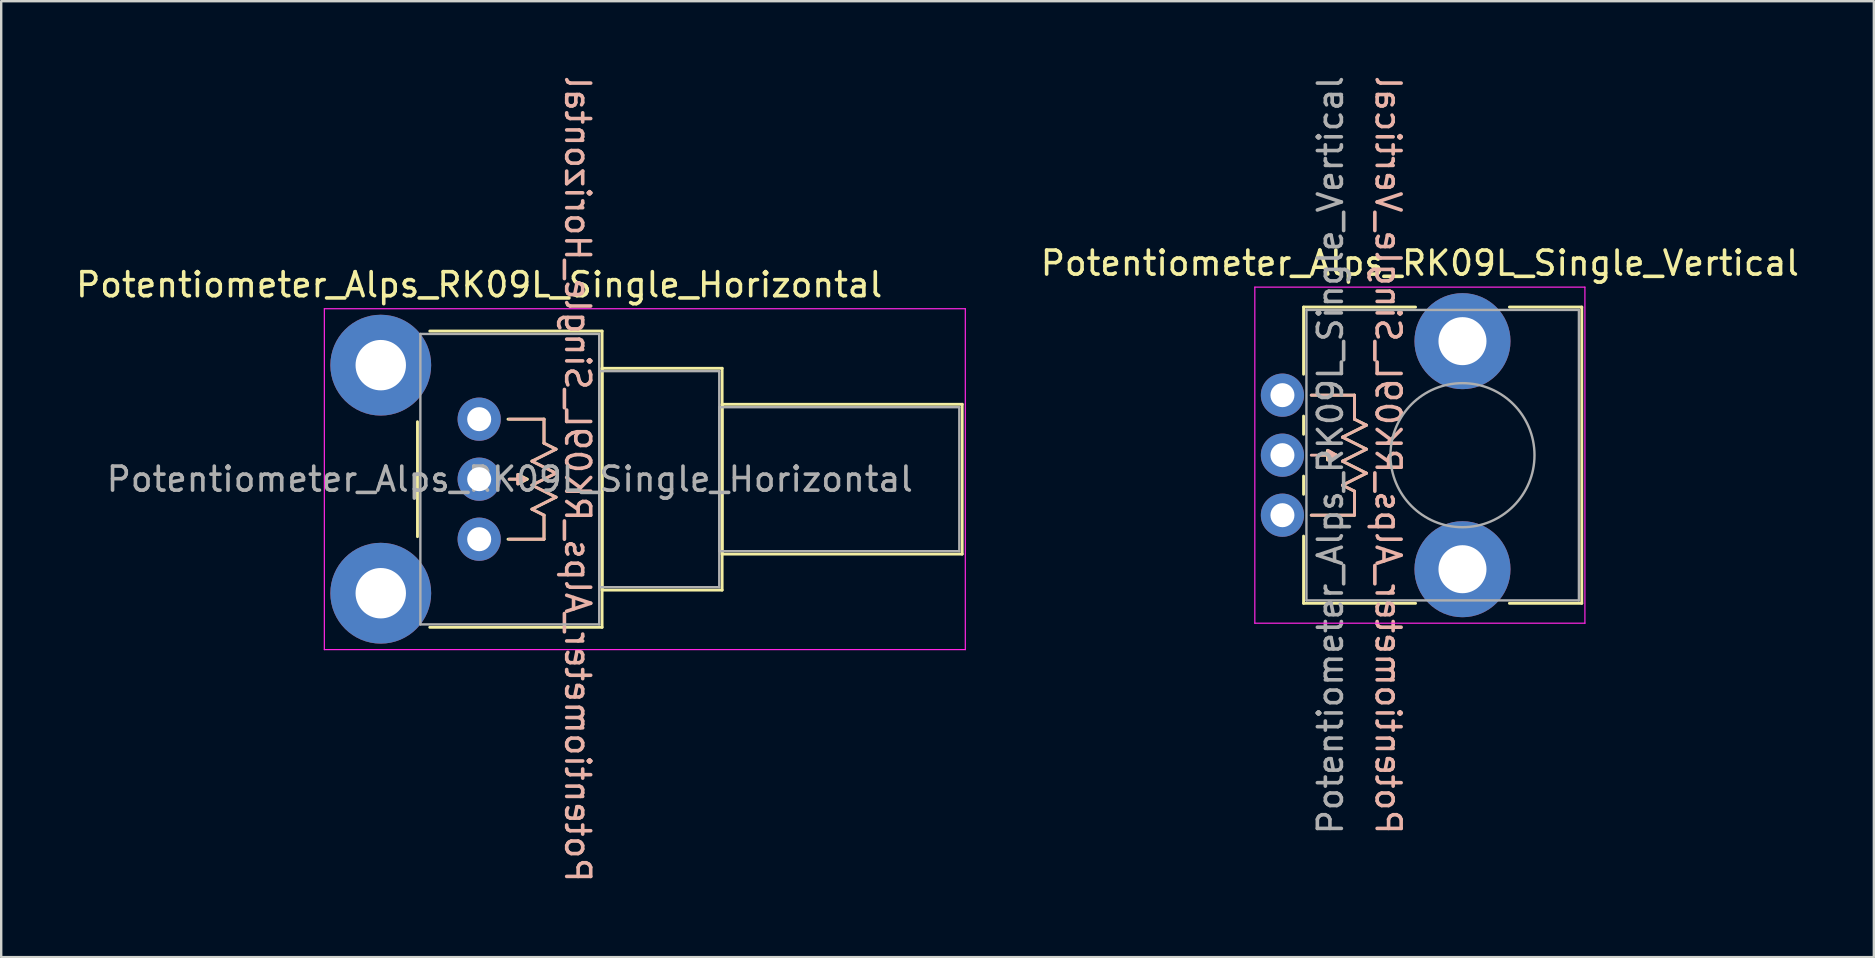
<source format=kicad_pcb>
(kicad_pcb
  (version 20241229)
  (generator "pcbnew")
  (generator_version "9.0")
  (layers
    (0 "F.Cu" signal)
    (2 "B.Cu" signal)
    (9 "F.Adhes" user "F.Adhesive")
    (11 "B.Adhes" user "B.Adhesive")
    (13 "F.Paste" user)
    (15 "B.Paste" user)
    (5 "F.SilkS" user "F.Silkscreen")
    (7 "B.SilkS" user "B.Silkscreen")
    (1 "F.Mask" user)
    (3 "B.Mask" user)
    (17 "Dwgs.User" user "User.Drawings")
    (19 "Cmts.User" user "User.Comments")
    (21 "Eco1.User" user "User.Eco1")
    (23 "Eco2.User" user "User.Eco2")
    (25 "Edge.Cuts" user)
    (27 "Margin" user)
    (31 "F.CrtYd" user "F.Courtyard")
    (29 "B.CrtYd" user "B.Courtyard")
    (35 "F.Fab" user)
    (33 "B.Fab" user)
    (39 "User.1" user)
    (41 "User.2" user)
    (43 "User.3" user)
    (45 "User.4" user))
  (footprint "Potentiometer_Alps_RK09L_Single_Horizontal"
    (layer "F.Cu")
    (at 16.911 19.411)
    (property "Reference" "Potentiometer_Alps_RK09L_Single_Horizontal" (at 0 -10.6 0) (layer "F.SilkS") (effects (font (size 1 1) (thickness 0.15))))
    (attr through_hole)
    (fp_line (start -2.571 -4.894) (end -2.571 -0.105) (stroke (width 0.12) (type solid)) (layer "F.SilkS"))
    (fp_line (start -2.059 -8.67) (end 5.12 -8.67) (stroke (width 0.12) (type solid)) (layer "F.SilkS"))
    (fp_line (start -2.059 3.67) (end 5.12 3.67) (stroke (width 0.12) (type solid)) (layer "F.SilkS"))
    (fp_line (start 2 -2.5) (end 1.25 -2.5) (stroke (width 0.12) (type solid)) (layer "F.SilkS"))
    (fp_line (start 2.2 -3.25) (end 3.2 -3.75) (stroke (width 0.12) (type solid)) (layer "F.SilkS"))
    (fp_line (start 2.2 -2.25) (end 3.2 -2.75) (stroke (width 0.12) (type solid)) (layer "F.SilkS"))
    (fp_line (start 2.2 -1.25) (end 3.2 -1.75) (stroke (width 0.12) (type solid)) (layer "F.SilkS"))
    (fp_line (start 2.7 -5) (end 1.2 -5) (stroke (width 0.12) (type solid)) (layer "F.SilkS"))
    (fp_line (start 2.7 -4) (end 2.7 -5) (stroke (width 0.12) (type solid)) (layer "F.SilkS"))
    (fp_line (start 2.7 -1) (end 2.2 -1.25) (stroke (width 0.12) (type solid)) (layer "F.SilkS"))
    (fp_line (start 2.7 -1) (end 2.7 0) (stroke (width 0.12) (type solid)) (layer "F.SilkS"))
    (fp_line (start 2.7 0) (end 1.2 0) (stroke (width 0.12) (type solid)) (layer "F.SilkS"))
    (fp_line (start 3.2 -3.75) (end 2.7 -4) (stroke (width 0.12) (type solid)) (layer "F.SilkS"))
    (fp_line (start 3.2 -2.75) (end 2.2 -3.25) (stroke (width 0.12) (type solid)) (layer "F.SilkS"))
    (fp_line (start 3.2 -1.75) (end 2.2 -2.25) (stroke (width 0.12) (type solid)) (layer "F.SilkS"))
    (fp_line (start 5.12 -8.67) (end 5.12 3.67) (stroke (width 0.12) (type solid)) (layer "F.SilkS"))
    (fp_line (start 5.12 -7.12) (end 5.12 2.12) (stroke (width 0.12) (type solid)) (layer "F.SilkS"))
    (fp_line (start 5.12 -7.12) (end 10.12 -7.12) (stroke (width 0.12) (type solid)) (layer "F.SilkS"))
    (fp_line (start 5.12 2.12) (end 10.12 2.12) (stroke (width 0.12) (type solid)) (layer "F.SilkS"))
    (fp_line (start 10.12 -7.12) (end 10.12 2.12) (stroke (width 0.12) (type solid)) (layer "F.SilkS"))
    (fp_line (start 10.12 -5.62) (end 10.12 0.62) (stroke (width 0.12) (type solid)) (layer "F.SilkS"))
    (fp_line (start 10.12 -5.62) (end 20.12 -5.62) (stroke (width 0.12) (type solid)) (layer "F.SilkS"))
    (fp_line (start 10.12 0.62) (end 20.12 0.62) (stroke (width 0.12) (type solid)) (layer "F.SilkS"))
    (fp_line (start 20.12 -5.62) (end 20.12 0.62) (stroke (width 0.12) (type solid)) (layer "F.SilkS"))
    (fp_poly (pts (xy 2 -2.5) (xy 1.625 -2.3) (xy 1.625 -2.7)) (stroke (width 0.12) (type solid)) (fill yes) (layer "F.SilkS"))
    (fp_line (start 1.25 -5) (end 2.7 -5) (stroke (width 0.12) (type solid)) (layer "B.SilkS"))
    (fp_line (start 1.25 -2.5) (end 1.95 -2.5) (stroke (width 0.12) (type solid)) (layer "B.SilkS"))
    (fp_line (start 2.2 -3.25) (end 3.2 -2.75) (stroke (width 0.12) (type solid)) (layer "B.SilkS"))
    (fp_line (start 2.2 -2.25) (end 3.2 -1.75) (stroke (width 0.12) (type solid)) (layer "B.SilkS"))
    (fp_line (start 2.2 -1.25) (end 2.7 -1) (stroke (width 0.12) (type solid)) (layer "B.SilkS"))
    (fp_line (start 2.7 -5) (end 2.7 -4) (stroke (width 0.12) (type solid)) (layer "B.SilkS"))
    (fp_line (start 2.7 -4) (end 3.2 -3.75) (stroke (width 0.12) (type solid)) (layer "B.SilkS"))
    (fp_line (start 2.7 -1) (end 2.7 0) (stroke (width 0.12) (type solid)) (layer "B.SilkS"))
    (fp_line (start 2.7 0) (end 1.25 0) (stroke (width 0.12) (type solid)) (layer "B.SilkS"))
    (fp_line (start 3.2 -3.75) (end 2.2 -3.25) (stroke (width 0.12) (type solid)) (layer "B.SilkS"))
    (fp_line (start 3.2 -2.75) (end 2.2 -2.25) (stroke (width 0.12) (type solid)) (layer "B.SilkS"))
    (fp_line (start 3.2 -1.75) (end 2.2 -1.25) (stroke (width 0.12) (type solid)) (layer "B.SilkS"))
    (fp_poly (pts (xy 1.95 -2.5) (xy 1.6 -2.3) (xy 1.6 -2.7)) (stroke (width 0.12) (type solid)) (fill yes) (layer "B.SilkS"))
    (fp_line (start -6.45 -9.6) (end -6.45 4.6) (stroke (width 0.05) (type solid)) (layer "F.CrtYd"))
    (fp_line (start -6.45 4.6) (end 20.25 4.6) (stroke (width 0.05) (type solid)) (layer "F.CrtYd"))
    (fp_line (start 20.25 -9.6) (end -6.45 -9.6) (stroke (width 0.05) (type solid)) (layer "F.CrtYd"))
    (fp_line (start 20.25 4.6) (end 20.25 -9.6) (stroke (width 0.05) (type solid)) (layer "F.CrtYd"))
    (fp_line (start -2.45 -8.55) (end -2.45 3.55) (stroke (width 0.1) (type solid)) (layer "F.Fab"))
    (fp_line (start -2.45 3.55) (end 5 3.55) (stroke (width 0.1) (type solid)) (layer "F.Fab"))
    (fp_line (start 5 -8.55) (end -2.45 -8.55) (stroke (width 0.1) (type solid)) (layer "F.Fab"))
    (fp_line (start 5 -7) (end 5 2) (stroke (width 0.1) (type solid)) (layer "F.Fab"))
    (fp_line (start 5 2) (end 10 2) (stroke (width 0.1) (type solid)) (layer "F.Fab"))
    (fp_line (start 5 3.55) (end 5 -8.55) (stroke (width 0.1) (type solid)) (layer "F.Fab"))
    (fp_line (start 10 -7) (end 5 -7) (stroke (width 0.1) (type solid)) (layer "F.Fab"))
    (fp_line (start 10 -5.5) (end 10 0.5) (stroke (width 0.1) (type solid)) (layer "F.Fab"))
    (fp_line (start 10 0.5) (end 20 0.5) (stroke (width 0.1) (type solid)) (layer "F.Fab"))
    (fp_line (start 10 2) (end 10 -7) (stroke (width 0.1) (type solid)) (layer "F.Fab"))
    (fp_line (start 20 -5.5) (end 10 -5.5) (stroke (width 0.1) (type solid)) (layer "F.Fab"))
    (fp_line (start 20 0.5) (end 20 -5.5) (stroke (width 0.1) (type solid)) (layer "F.Fab"))
    (fp_text user "${REFERENCE}" (at 4.1 -2.5 270) (unlocked yes) (layer "B.SilkS") (effects (font (size 1 1) (thickness 0.15)) (justify mirror)))
    (fp_text user "${REFERENCE}" (at 1.275 -2.5 0) (layer "F.Fab") (effects (font (size 1 1) (thickness 0.15))))
    (pad "" thru_hole circle (at -4.1 -7.25) (size 4.2 4.2) (drill 2.1) (layers "*.Cu" "*.Mask"))
    (pad "" thru_hole circle (at -4.1 2.25) (size 4.2 4.2) (drill 2.1) (layers "*.Cu" "*.Mask"))
    (pad "1" thru_hole circle (at 0 0) (size 1.8 1.8) (drill 1) (layers "*.Cu" "*.Mask"))
    (pad "2" thru_hole circle (at 0 -2.5) (size 1.8 1.8) (drill 1) (layers "*.Cu" "*.Mask"))
    (pad "3" thru_hole circle (at 0 -5) (size 1.8 1.8) (drill 1) (layers "*.Cu" "*.Mask")))
  (footprint "Potentiometer_Alps_RK09L_Single_Vertical"
    (layer "F.Cu")
    (at 50.371 18.411)
    (property "Reference" "Potentiometer_Alps_RK09L_Single_Vertical" (at 5.725 -10.5 0) (layer "F.SilkS") (effects (font (size 1 1) (thickness 0.15))))
    (attr through_hole)
    (fp_line (start 0.88 -8.67) (end 0.88 -5.871) (stroke (width 0.12) (type solid)) (layer "F.SilkS"))
    (fp_line (start 0.88 -8.67) (end 5.546 -8.67) (stroke (width 0.12) (type solid)) (layer "F.SilkS"))
    (fp_line (start 0.88 -4.129) (end 0.88 -3.37) (stroke (width 0.12) (type solid)) (layer "F.SilkS"))
    (fp_line (start 0.88 -1.629) (end 0.88 -0.87) (stroke (width 0.12) (type solid)) (layer "F.SilkS"))
    (fp_line (start 0.88 0.87) (end 0.88 3.67) (stroke (width 0.12) (type solid)) (layer "F.SilkS"))
    (fp_line (start 0.88 3.67) (end 5.546 3.67) (stroke (width 0.12) (type solid)) (layer "F.SilkS"))
    (fp_line (start 2.25 -2.5) (end 1.5 -2.5) (stroke (width 0.12) (type solid)) (layer "F.SilkS"))
    (fp_line (start 2.5 -3.25) (end 3.5 -3.75) (stroke (width 0.12) (type solid)) (layer "F.SilkS"))
    (fp_line (start 2.5 -2.25) (end 3.5 -2.75) (stroke (width 0.12) (type solid)) (layer "F.SilkS"))
    (fp_line (start 2.5 -1.25) (end 3.5 -1.75) (stroke (width 0.12) (type solid)) (layer "F.SilkS"))
    (fp_line (start 3 -5) (end 1.2 -5) (stroke (width 0.12) (type solid)) (layer "F.SilkS"))
    (fp_line (start 3 -4) (end 3 -5) (stroke (width 0.12) (type solid)) (layer "F.SilkS"))
    (fp_line (start 3 -1) (end 2.5 -1.25) (stroke (width 0.12) (type solid)) (layer "F.SilkS"))
    (fp_line (start 3 -1) (end 3 0) (stroke (width 0.12) (type solid)) (layer "F.SilkS"))
    (fp_line (start 3 0) (end 1.2 0) (stroke (width 0.12) (type solid)) (layer "F.SilkS"))
    (fp_line (start 3.5 -3.75) (end 3 -4) (stroke (width 0.12) (type solid)) (layer "F.SilkS"))
    (fp_line (start 3.5 -2.75) (end 2.5 -3.25) (stroke (width 0.12) (type solid)) (layer "F.SilkS"))
    (fp_line (start 3.5 -1.75) (end 2.5 -2.25) (stroke (width 0.12) (type solid)) (layer "F.SilkS"))
    (fp_line (start 9.455 -8.67) (end 12.47 -8.67) (stroke (width 0.12) (type solid)) (layer "F.SilkS"))
    (fp_line (start 9.455 3.67) (end 12.47 3.67) (stroke (width 0.12) (type solid)) (layer "F.SilkS"))
    (fp_line (start 12.47 -8.67) (end 12.47 3.67) (stroke (width 0.12) (type solid)) (layer "F.SilkS"))
    (fp_poly (pts (xy 2.25 -2.5) (xy 1.875 -2.3) (xy 1.875 -2.7)) (stroke (width 0.12) (type solid)) (fill yes) (layer "F.SilkS"))
    (fp_line (start 1.2 -5) (end 3 -5) (stroke (width 0.12) (type solid)) (layer "B.SilkS"))
    (fp_line (start 1.2 -2.5) (end 2.25 -2.5) (stroke (width 0.12) (type solid)) (layer "B.SilkS"))
    (fp_line (start 2.5 -3.25) (end 3.5 -2.75) (stroke (width 0.12) (type solid)) (layer "B.SilkS"))
    (fp_line (start 2.5 -2.25) (end 3.5 -1.75) (stroke (width 0.12) (type solid)) (layer "B.SilkS"))
    (fp_line (start 2.5 -1.25) (end 3 -1) (stroke (width 0.12) (type solid)) (layer "B.SilkS"))
    (fp_line (start 3 -5) (end 3 -4) (stroke (width 0.12) (type solid)) (layer "B.SilkS"))
    (fp_line (start 3 -4) (end 3.5 -3.75) (stroke (width 0.12) (type solid)) (layer "B.SilkS"))
    (fp_line (start 3 -1) (end 3 0) (stroke (width 0.12) (type solid)) (layer "B.SilkS"))
    (fp_line (start 3 0) (end 1.2 0) (stroke (width 0.12) (type solid)) (layer "B.SilkS"))
    (fp_line (start 3.5 -3.75) (end 2.5 -3.25) (stroke (width 0.12) (type solid)) (layer "B.SilkS"))
    (fp_line (start 3.5 -2.75) (end 2.5 -2.25) (stroke (width 0.12) (type solid)) (layer "B.SilkS"))
    (fp_line (start 3.5 -1.75) (end 2.5 -1.25) (stroke (width 0.12) (type solid)) (layer "B.SilkS"))
    (fp_poly (pts (xy 2.25 -2.5) (xy 1.9 -2.3) (xy 1.9 -2.7)) (stroke (width 0.12) (type solid)) (fill yes) (layer "B.SilkS"))
    (fp_line (start -1.15 -9.5) (end -1.15 4.5) (stroke (width 0.05) (type solid)) (layer "F.CrtYd"))
    (fp_line (start -1.15 4.5) (end 12.6 4.5) (stroke (width 0.05) (type solid)) (layer "F.CrtYd"))
    (fp_line (start 12.6 -9.5) (end -1.15 -9.5) (stroke (width 0.05) (type solid)) (layer "F.CrtYd"))
    (fp_line (start 12.6 4.5) (end 12.6 -9.5) (stroke (width 0.05) (type solid)) (layer "F.CrtYd"))
    (fp_line (start 1 -8.55) (end 1 3.55) (stroke (width 0.1) (type solid)) (layer "F.Fab"))
    (fp_line (start 1 3.55) (end 12.35 3.55) (stroke (width 0.1) (type solid)) (layer "F.Fab"))
    (fp_line (start 12.35 -8.55) (end 1 -8.55) (stroke (width 0.1) (type solid)) (layer "F.Fab"))
    (fp_line (start 12.35 3.55) (end 12.35 -8.55) (stroke (width 0.1) (type solid)) (layer "F.Fab"))
    (fp_circle (center 7.5 -2.5) (end 10.5 -2.5) (stroke (width 0.1) (type solid)) (fill no) (layer "F.Fab"))
    (fp_text user "${REFERENCE}" (at 4.4 -2.5 270) (unlocked yes) (layer "B.SilkS") (effects (font (size 1 1) (thickness 0.15)) (justify mirror)))
    (fp_text user "${REFERENCE}" (at 2 -2.5 90) (layer "F.Fab") (effects (font (size 1 1) (thickness 0.15))))
    (pad "" np_thru_hole circle (at 7.5 -7.25) (size 4 4) (drill 2) (layers "*.Cu" "*.Mask"))
    (pad "" np_thru_hole circle (at 7.5 2.25) (size 4 4) (drill 2) (layers "*.Cu" "*.Mask"))
    (pad "1" thru_hole circle (at 0 0) (size 1.8 1.8) (drill 1) (layers "*.Cu" "*.Mask"))
    (pad "2" thru_hole circle (at 0 -2.5) (size 1.8 1.8) (drill 1) (layers "*.Cu" "*.Mask"))
    (pad "3" thru_hole circle (at 0 -5) (size 1.8 1.8) (drill 1) (layers "*.Cu" "*.Mask")))
  (gr_rect
    (start -3 -3)
    (end 75.007 36.821)
    (stroke (width 0.1) (type default))
    (fill no)
    (layer "Edge.Cuts")))
</source>
